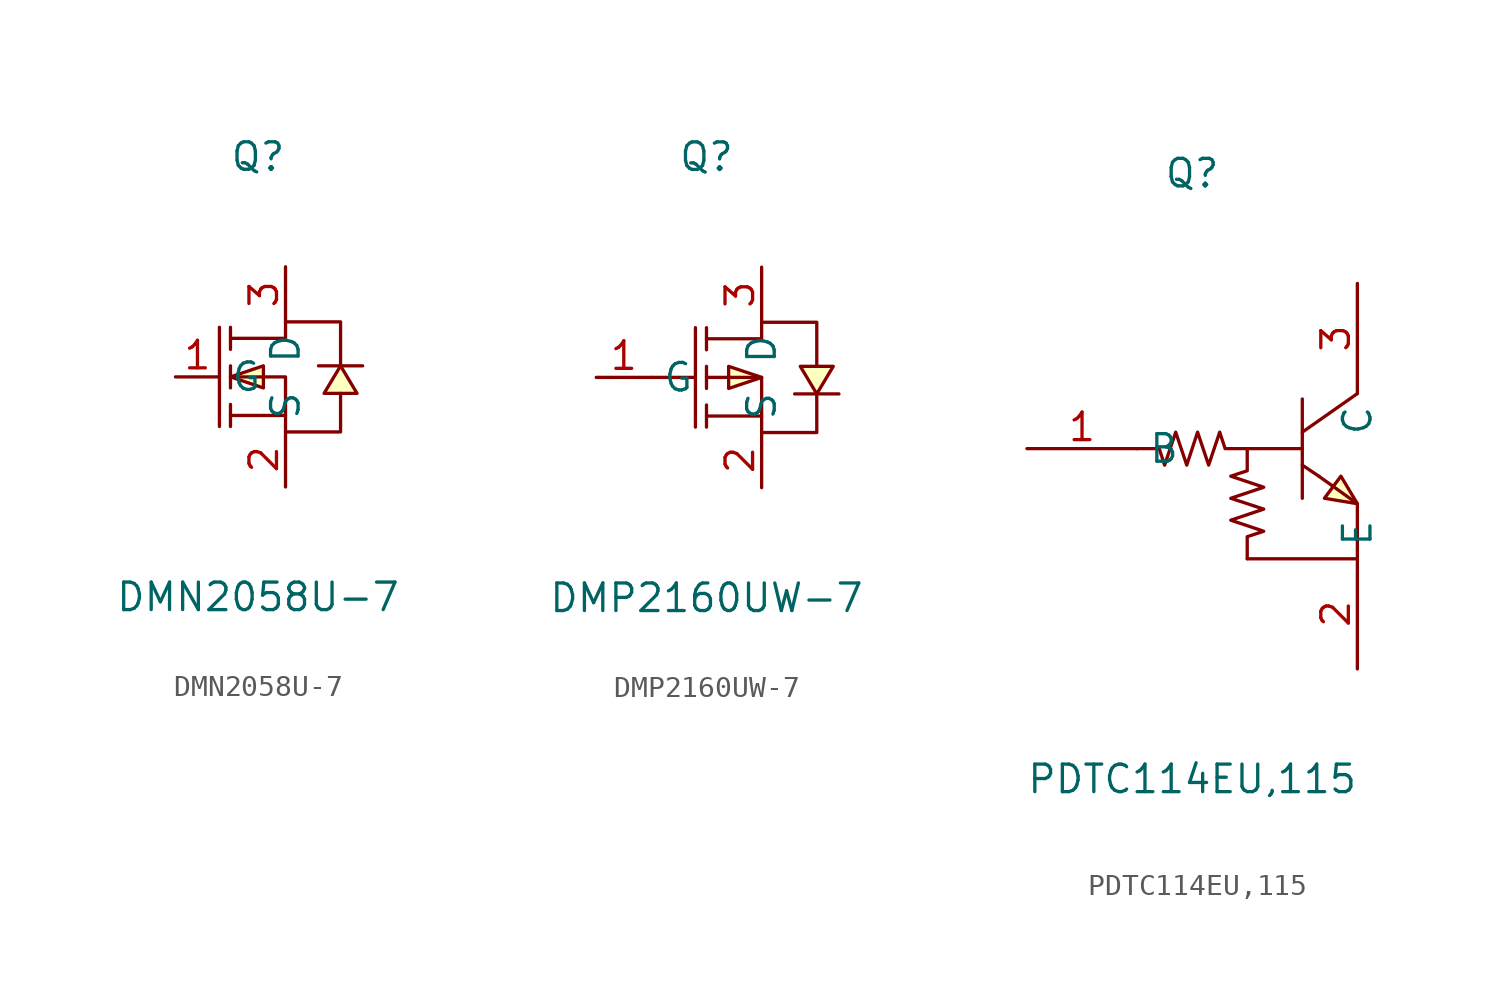
<source format=kicad_sym>
(kicad_symbol_lib
  (version 20211014)
  (generator https://github.com/uPesy/easyeda2kicad.py)
  (symbol "DMN2058U-7"
    (property "Reference" "Q"
      (at 0 10.16 0)
      (effects (font (size 1.27 1.27))))
    (property "Value" "DMN2058U-7"
      (at 0 -10.16 0)
      (effects (font (size 1.27 1.27))))
    (symbol "DMN2058U-7_0_1"
      (polyline (pts (xy 4.83 0.51) (xy 4.32 0.51) (xy 3.30 0.51) (xy 2.79 0.51)) (stroke (width 0) (type default) (color 0 0 0 0)) (fill (type none)))
      (polyline (pts (xy -1.27 -2.29) (xy -1.27 -1.27)) (stroke (width 0) (type default) (color 0 0 0 0)) (fill (type none)))
      (polyline (pts (xy -1.27 -0.51) (xy -1.27 0.51)) (stroke (width 0) (type default) (color 0 0 0 0)) (fill (type none)))
      (polyline (pts (xy -1.27 2.29) (xy -1.27 1.27)) (stroke (width 0) (type default) (color 0 0 0 0)) (fill (type none)))
      (polyline (pts (xy -1.78 2.29) (xy -1.78 -2.29)) (stroke (width 0) (type default) (color 0 0 0 0)) (fill (type none)))
      (polyline (pts (xy 1.27 -1.78) (xy -1.27 -1.78)) (stroke (width 0) (type default) (color 0 0 0 0)) (fill (type none)))
      (polyline (pts (xy -1.27 -0.00) (xy 1.27 -0.00) (xy 1.27 -2.54) (xy 3.81 -2.54) (xy 3.81 -0.76)) (stroke (width 0) (type default) (color 0 0 0 0)) (fill (type none)))
      (polyline (pts (xy -1.27 1.78) (xy 1.27 1.78) (xy 1.27 2.54) (xy 3.81 2.54) (xy 3.81 0.51)) (stroke (width 0) (type default) (color 0 0 0 0)) (fill (type none)))
      (polyline (pts (xy 3.81 0.51) (xy 3.05 -0.76) (xy 4.57 -0.76) (xy 3.81 0.51)) (stroke (width 0) (type default) (color 0 0 0 0)) (fill (type background)))
      (polyline (pts (xy -1.27 -0.00) (xy 0.25 -0.51) (xy 0.25 0.51) (xy -1.27 -0.00)) (stroke (width 0) (type default) (color 0 0 0 0)) (fill (type background)))
      (pin unspecified line (at 1.27 -5.08 90) (length 2.54) (name "S" (effects (font (size 1.27 1.27)))) (number "2" (effects (font (size 1.27 1.27)))))
      (pin unspecified line (at -3.81 -0.00 0) (length 2.032) (name "G" (effects (font (size 1.27 1.27)))) (number "1" (effects (font (size 1.27 1.27)))))
      (pin unspecified line (at 1.27 5.08 270) (length 2.54) (name "D" (effects (font (size 1.27 1.27)))) (number "3" (effects (font (size 1.27 1.27)))))))
  (symbol "DMP2160UW-7"
    (property "Reference" "Q"
      (at 0 10.16 0)
      (effects (font (size 1.27 1.27))))
    (property "Value" "DMP2160UW-7"
      (at 0 -10.16 0)
      (effects (font (size 1.27 1.27))))
    (symbol "DMP2160UW-7_0_1"
      (polyline (pts (xy 0.00 1.78) (xy 2.54 1.78) (xy 2.54 2.54) (xy 5.08 2.54) (xy 5.08 0.51)) (stroke (width 0) (type default) (color 0 0 0 0)) (fill (type none)))
      (polyline (pts (xy 0.00 -0.00) (xy 2.54 -0.00) (xy 2.54 -2.54) (xy 5.08 -2.54) (xy 5.08 -0.76)) (stroke (width 0) (type default) (color 0 0 0 0)) (fill (type none)))
      (polyline (pts (xy 2.54 -1.78) (xy 0.00 -1.78)) (stroke (width 0) (type default) (color 0 0 0 0)) (fill (type none)))
      (polyline (pts (xy -0.51 2.29) (xy -0.51 -2.29)) (stroke (width 0) (type default) (color 0 0 0 0)) (fill (type none)))
      (polyline (pts (xy 0.00 2.29) (xy 0.00 1.27)) (stroke (width 0) (type default) (color 0 0 0 0)) (fill (type none)))
      (polyline (pts (xy 0.00 -0.51) (xy 0.00 0.51)) (stroke (width 0) (type default) (color 0 0 0 0)) (fill (type none)))
      (polyline (pts (xy 0.00 -2.29) (xy 0.00 -1.27)) (stroke (width 0) (type default) (color 0 0 0 0)) (fill (type none)))
      (polyline (pts (xy -2.54 -0.00) (xy -0.51 -0.00)) (stroke (width 0) (type default) (color 0 0 0 0)) (fill (type none)))
      (polyline (pts (xy 6.10 -0.76) (xy 5.59 -0.76) (xy 4.57 -0.76) (xy 4.06 -0.76)) (stroke (width 0) (type default) (color 0 0 0 0)) (fill (type none)))
      (polyline (pts (xy 2.54 -0.00) (xy 1.02 -0.51) (xy 1.02 0.51) (xy 2.54 -0.00)) (stroke (width 0) (type default) (color 0 0 0 0)) (fill (type background)))
      (polyline (pts (xy 5.08 -0.76) (xy 4.32 0.51) (xy 5.84 0.51) (xy 5.08 -0.76)) (stroke (width 0) (type default) (color 0 0 0 0)) (fill (type background)))
      (pin unspecified line (at 2.54 5.08 270) (length 2.54) (name "D" (effects (font (size 1.27 1.27)))) (number "3" (effects (font (size 1.27 1.27)))))
      (pin unspecified line (at -5.08 -0.00 0) (length 2.54) (name "G" (effects (font (size 1.27 1.27)))) (number "1" (effects (font (size 1.27 1.27)))))
      (pin unspecified line (at 2.54 -5.08 90) (length 2.54) (name "S" (effects (font (size 1.27 1.27)))) (number "2" (effects (font (size 1.27 1.27)))))))
  (symbol "PDTC114EU,115"
    (property "Reference" "Q"
      (at 0 13.97 0)
      (effects (font (size 1.27 1.27))))
    (property "Value" "PDTC114EU,115"
      (at 0 -13.97 0)
      (effects (font (size 1.27 1.27))))
    (symbol "PDTC114EU,115_0_1"
      (polyline (pts (xy 5.08 2.03) (xy 7.62 3.81)) (stroke (width 0) (type default) (color 0 0 0 0)) (fill (type none)))
      (polyline (pts (xy 5.08 -1.02) (xy 5.08 3.56)) (stroke (width 0) (type default) (color 0 0 0 0)) (fill (type none)))
      (polyline (pts (xy 5.84 -0.00) (xy 7.62 -1.27) (xy 7.62 -3.81) (xy 2.54 -3.81)) (stroke (width 0) (type default) (color 0 0 0 0)) (fill (type none)))
      (polyline (pts (xy -2.54 1.27) (xy -1.52 1.27) (xy -1.27 0.51) (xy -0.76 2.03) (xy -0.25 0.51) (xy 0.25 2.03) (xy 0.76 0.51) (xy 1.27 2.03) (xy 1.52 1.27) (xy 2.54 1.27) (xy 5.08 1.27)) (stroke (width 0) (type default) (color 0 0 0 0)) (fill (type none)))
      (polyline (pts (xy 2.54 -3.81) (xy 2.54 -2.79) (xy 3.30 -2.54) (xy 1.78 -2.03) (xy 3.30 -1.52) (xy 1.78 -1.02) (xy 3.30 -0.51) (xy 1.78 -0.00) (xy 2.54 0.25) (xy 2.54 1.27)) (stroke (width 0) (type default) (color 0 0 0 0)) (fill (type none)))
      (polyline (pts (xy 5.84 -0.00) (xy 5.08 0.51)) (stroke (width 0) (type default) (color 0 0 0 0)) (fill (type none)))
      (polyline (pts (xy 7.62 -1.27) (xy 6.10 -1.02) (xy 6.86 -0.00) (xy 7.62 -1.27)) (stroke (width 0) (type default) (color 0 0 0 0)) (fill (type background)))
      (pin unspecified line (at 7.62 8.89 270) (length 5.08) (name "C" (effects (font (size 1.27 1.27)))) (number "3" (effects (font (size 1.27 1.27)))))
      (pin unspecified line (at -7.62 1.27 0) (length 5.08) (name "B" (effects (font (size 1.27 1.27)))) (number "1" (effects (font (size 1.27 1.27)))))
      (pin unspecified line (at 7.62 -8.89 90) (length 5.08) (name "E" (effects (font (size 1.27 1.27)))) (number "2" (effects (font (size 1.27 1.27))))))))
</source>
